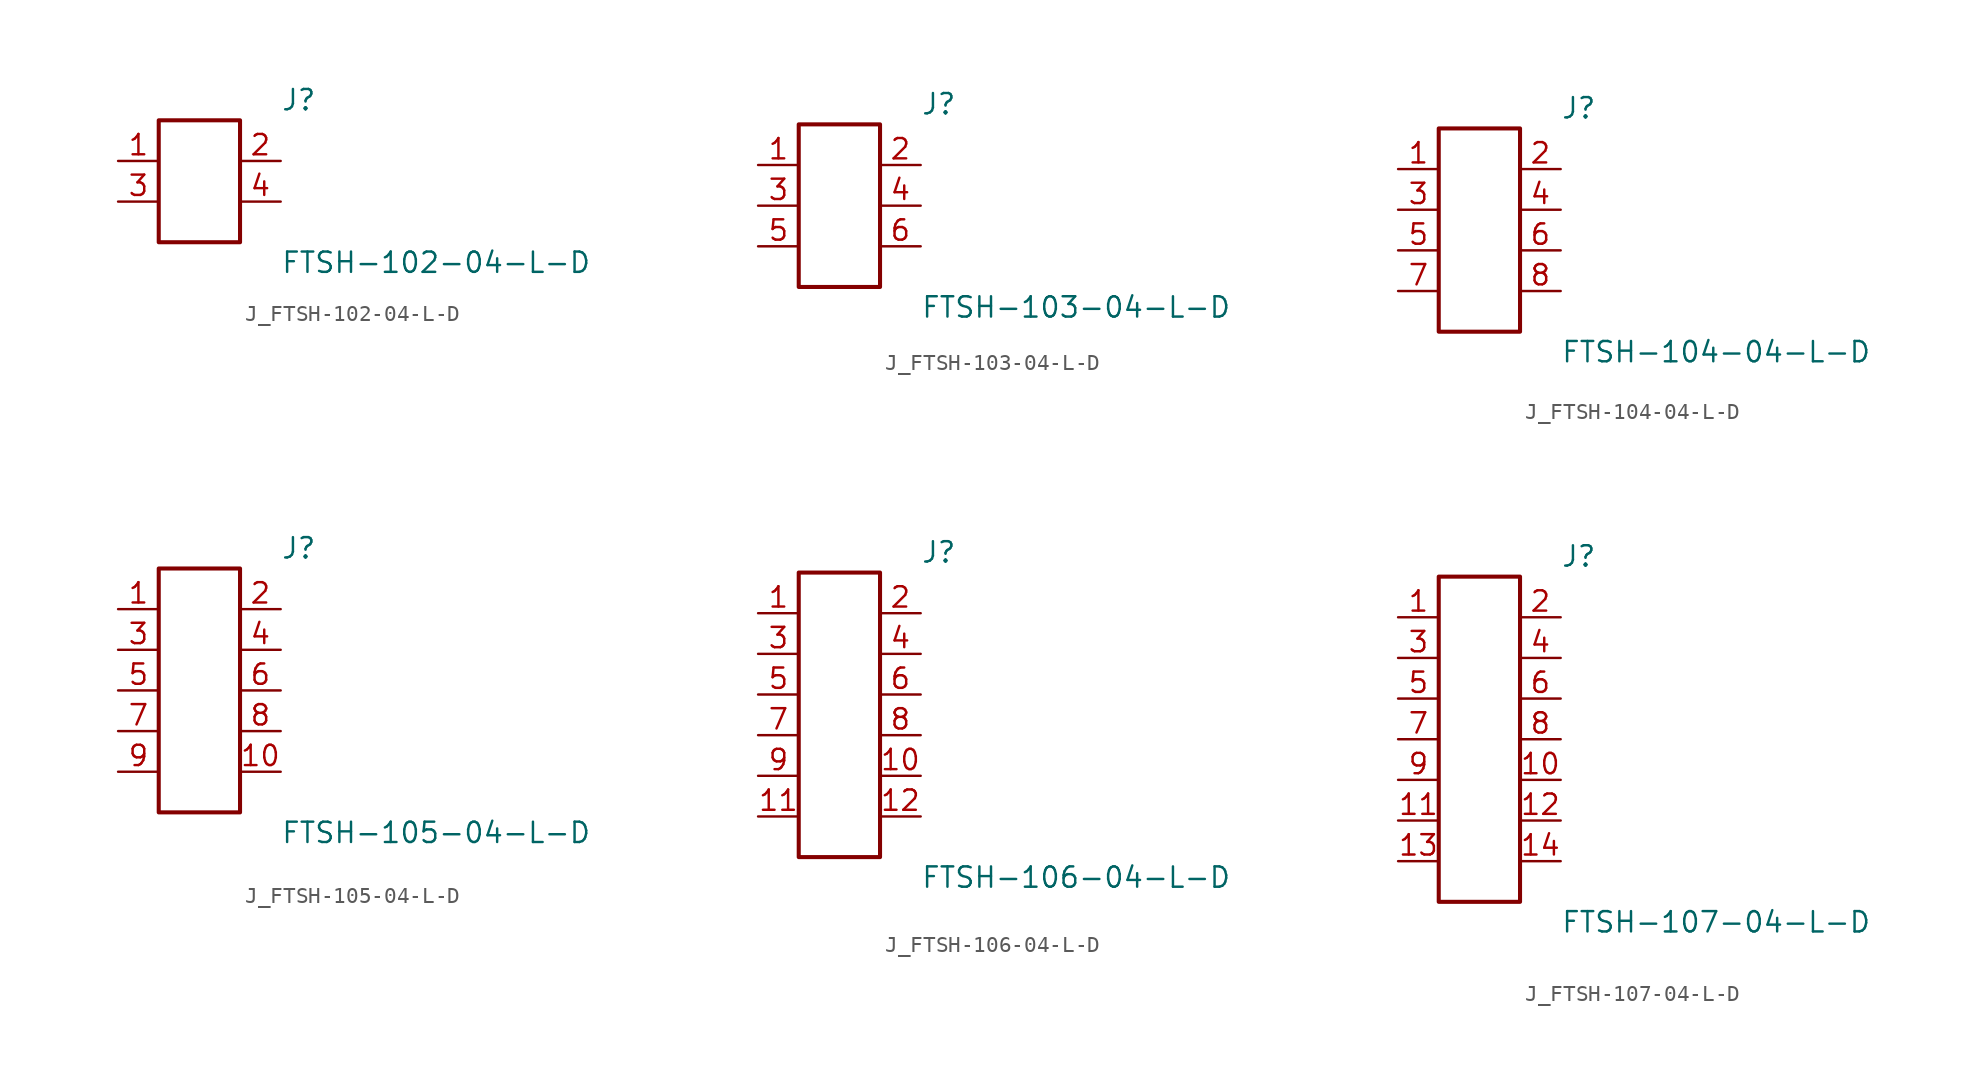
<source format=kicad_sym>
(kicad_symbol_lib
  (version 20231120)
  (generator kicad_symbol_editor)
  (generator_version 8.0)
  (symbol "J_FTSH-102-04-L-D"
    (pin_names
      (offset 0.254))
    (property "Reference" "J"
      (at 5.08 5.08 0)
      (effects (font (size 1.27 1.27)) (justify left)))
    (property "Value" "FTSH-102-04-L-D"
      (at 5.08 -5.08 0)
      (effects (font (size 1.27 1.27)) (justify left)))
    (symbol "J_FTSH-102-04-L-D_0_0"
      (pin passive line (at -5.08 1.27 0) (length 2.54) (name "" (effects (font (size 1.27 1.27)))) (number "1" (effects (font (size 1.27 1.27)))))
      (pin passive line (at 5.08 1.27 180) (length 2.54) (name "" (effects (font (size 1.27 1.27)))) (number "2" (effects (font (size 1.27 1.27)))))
      (pin passive line (at -5.08 -1.27 0) (length 2.54) (name "" (effects (font (size 1.27 1.27)))) (number "3" (effects (font (size 1.27 1.27)))))
      (pin passive line (at 5.08 -1.27 180) (length 2.54) (name "" (effects (font (size 1.27 1.27)))) (number "4" (effects (font (size 1.27 1.27))))))
    (symbol "J_FTSH-102-04-L-D_1_0"
      (rectangle (start -2.54 3.81) (end 2.54 -3.81) (stroke (width 0.254) (type solid)) (fill (type none)))))
  (symbol "J_FTSH-103-04-L-D"
    (pin_names
      (offset 0.254))
    (property "Reference" "J"
      (at 5.08 6.35 0)
      (effects (font (size 1.27 1.27)) (justify left)))
    (property "Value" "FTSH-103-04-L-D"
      (at 5.08 -6.35 0)
      (effects (font (size 1.27 1.27)) (justify left)))
    (symbol "J_FTSH-103-04-L-D_0_0"
      (pin passive line (at -5.08 2.54 0) (length 2.54) (name "" (effects (font (size 1.27 1.27)))) (number "1" (effects (font (size 1.27 1.27)))))
      (pin passive line (at 5.08 2.54 180) (length 2.54) (name "" (effects (font (size 1.27 1.27)))) (number "2" (effects (font (size 1.27 1.27)))))
      (pin passive line (at -5.08 0.0 0) (length 2.54) (name "" (effects (font (size 1.27 1.27)))) (number "3" (effects (font (size 1.27 1.27)))))
      (pin passive line (at 5.08 0.0 180) (length 2.54) (name "" (effects (font (size 1.27 1.27)))) (number "4" (effects (font (size 1.27 1.27)))))
      (pin passive line (at -5.08 -2.54 0) (length 2.54) (name "" (effects (font (size 1.27 1.27)))) (number "5" (effects (font (size 1.27 1.27)))))
      (pin passive line (at 5.08 -2.54 180) (length 2.54) (name "" (effects (font (size 1.27 1.27)))) (number "6" (effects (font (size 1.27 1.27))))))
    (symbol "J_FTSH-103-04-L-D_1_0"
      (rectangle (start -2.54 5.08) (end 2.54 -5.08) (stroke (width 0.254) (type solid)) (fill (type none)))))
  (symbol "J_FTSH-104-04-L-D"
    (pin_names
      (offset 0.254))
    (property "Reference" "J"
      (at 5.08 7.62 0)
      (effects (font (size 1.27 1.27)) (justify left)))
    (property "Value" "FTSH-104-04-L-D"
      (at 5.08 -7.62 0)
      (effects (font (size 1.27 1.27)) (justify left)))
    (symbol "J_FTSH-104-04-L-D_0_0"
      (pin passive line (at -5.08 3.81 0) (length 2.54) (name "" (effects (font (size 1.27 1.27)))) (number "1" (effects (font (size 1.27 1.27)))))
      (pin passive line (at 5.08 3.81 180) (length 2.54) (name "" (effects (font (size 1.27 1.27)))) (number "2" (effects (font (size 1.27 1.27)))))
      (pin passive line (at -5.08 1.27 0) (length 2.54) (name "" (effects (font (size 1.27 1.27)))) (number "3" (effects (font (size 1.27 1.27)))))
      (pin passive line (at 5.08 1.27 180) (length 2.54) (name "" (effects (font (size 1.27 1.27)))) (number "4" (effects (font (size 1.27 1.27)))))
      (pin passive line (at -5.08 -1.27 0) (length 2.54) (name "" (effects (font (size 1.27 1.27)))) (number "5" (effects (font (size 1.27 1.27)))))
      (pin passive line (at 5.08 -1.27 180) (length 2.54) (name "" (effects (font (size 1.27 1.27)))) (number "6" (effects (font (size 1.27 1.27)))))
      (pin passive line (at -5.08 -3.81 0) (length 2.54) (name "" (effects (font (size 1.27 1.27)))) (number "7" (effects (font (size 1.27 1.27)))))
      (pin passive line (at 5.08 -3.81 180) (length 2.54) (name "" (effects (font (size 1.27 1.27)))) (number "8" (effects (font (size 1.27 1.27))))))
    (symbol "J_FTSH-104-04-L-D_1_0"
      (rectangle (start -2.54 6.35) (end 2.54 -6.35) (stroke (width 0.254) (type solid)) (fill (type none)))))
  (symbol "J_FTSH-105-04-L-D"
    (pin_names
      (offset 0.254))
    (property "Reference" "J"
      (at 5.08 8.89 0)
      (effects (font (size 1.27 1.27)) (justify left)))
    (property "Value" "FTSH-105-04-L-D"
      (at 5.08 -8.89 0)
      (effects (font (size 1.27 1.27)) (justify left)))
    (symbol "J_FTSH-105-04-L-D_0_0"
      (pin passive line (at -5.08 5.08 0) (length 2.54) (name "" (effects (font (size 1.27 1.27)))) (number "1" (effects (font (size 1.27 1.27)))))
      (pin passive line (at 5.08 5.08 180) (length 2.54) (name "" (effects (font (size 1.27 1.27)))) (number "2" (effects (font (size 1.27 1.27)))))
      (pin passive line (at -5.08 2.54 0) (length 2.54) (name "" (effects (font (size 1.27 1.27)))) (number "3" (effects (font (size 1.27 1.27)))))
      (pin passive line (at 5.08 2.54 180) (length 2.54) (name "" (effects (font (size 1.27 1.27)))) (number "4" (effects (font (size 1.27 1.27)))))
      (pin passive line (at -5.08 0.0 0) (length 2.54) (name "" (effects (font (size 1.27 1.27)))) (number "5" (effects (font (size 1.27 1.27)))))
      (pin passive line (at 5.08 0.0 180) (length 2.54) (name "" (effects (font (size 1.27 1.27)))) (number "6" (effects (font (size 1.27 1.27)))))
      (pin passive line (at -5.08 -2.54 0) (length 2.54) (name "" (effects (font (size 1.27 1.27)))) (number "7" (effects (font (size 1.27 1.27)))))
      (pin passive line (at 5.08 -2.54 180) (length 2.54) (name "" (effects (font (size 1.27 1.27)))) (number "8" (effects (font (size 1.27 1.27)))))
      (pin passive line (at -5.08 -5.08 0) (length 2.54) (name "" (effects (font (size 1.27 1.27)))) (number "9" (effects (font (size 1.27 1.27)))))
      (pin passive line (at 5.08 -5.08 180) (length 2.54) (name "" (effects (font (size 1.27 1.27)))) (number "10" (effects (font (size 1.27 1.27))))))
    (symbol "J_FTSH-105-04-L-D_1_0"
      (rectangle (start -2.54 7.62) (end 2.54 -7.62) (stroke (width 0.254) (type solid)) (fill (type none)))))
  (symbol "J_FTSH-106-04-L-D"
    (pin_names
      (offset 0.254))
    (property "Reference" "J"
      (at 5.08 10.16 0)
      (effects (font (size 1.27 1.27)) (justify left)))
    (property "Value" "FTSH-106-04-L-D"
      (at 5.08 -10.16 0)
      (effects (font (size 1.27 1.27)) (justify left)))
    (symbol "J_FTSH-106-04-L-D_0_0"
      (pin passive line (at -5.08 6.35 0) (length 2.54) (name "" (effects (font (size 1.27 1.27)))) (number "1" (effects (font (size 1.27 1.27)))))
      (pin passive line (at 5.08 6.35 180) (length 2.54) (name "" (effects (font (size 1.27 1.27)))) (number "2" (effects (font (size 1.27 1.27)))))
      (pin passive line (at -5.08 3.81 0) (length 2.54) (name "" (effects (font (size 1.27 1.27)))) (number "3" (effects (font (size 1.27 1.27)))))
      (pin passive line (at 5.08 3.81 180) (length 2.54) (name "" (effects (font (size 1.27 1.27)))) (number "4" (effects (font (size 1.27 1.27)))))
      (pin passive line (at -5.08 1.27 0) (length 2.54) (name "" (effects (font (size 1.27 1.27)))) (number "5" (effects (font (size 1.27 1.27)))))
      (pin passive line (at 5.08 1.27 180) (length 2.54) (name "" (effects (font (size 1.27 1.27)))) (number "6" (effects (font (size 1.27 1.27)))))
      (pin passive line (at -5.08 -1.27 0) (length 2.54) (name "" (effects (font (size 1.27 1.27)))) (number "7" (effects (font (size 1.27 1.27)))))
      (pin passive line (at 5.08 -1.27 180) (length 2.54) (name "" (effects (font (size 1.27 1.27)))) (number "8" (effects (font (size 1.27 1.27)))))
      (pin passive line (at -5.08 -3.81 0) (length 2.54) (name "" (effects (font (size 1.27 1.27)))) (number "9" (effects (font (size 1.27 1.27)))))
      (pin passive line (at 5.08 -3.81 180) (length 2.54) (name "" (effects (font (size 1.27 1.27)))) (number "10" (effects (font (size 1.27 1.27)))))
      (pin passive line (at -5.08 -6.35 0) (length 2.54) (name "" (effects (font (size 1.27 1.27)))) (number "11" (effects (font (size 1.27 1.27)))))
      (pin passive line (at 5.08 -6.35 180) (length 2.54) (name "" (effects (font (size 1.27 1.27)))) (number "12" (effects (font (size 1.27 1.27))))))
    (symbol "J_FTSH-106-04-L-D_1_0"
      (rectangle (start -2.54 8.89) (end 2.54 -8.89) (stroke (width 0.254) (type solid)) (fill (type none)))))
  (symbol "J_FTSH-107-04-L-D"
    (pin_names
      (offset 0.254))
    (property "Reference" "J"
      (at 5.08 11.43 0)
      (effects (font (size 1.27 1.27)) (justify left)))
    (property "Value" "FTSH-107-04-L-D"
      (at 5.08 -11.43 0)
      (effects (font (size 1.27 1.27)) (justify left)))
    (symbol "J_FTSH-107-04-L-D_0_0"
      (pin passive line (at -5.08 7.62 0) (length 2.54) (name "" (effects (font (size 1.27 1.27)))) (number "1" (effects (font (size 1.27 1.27)))))
      (pin passive line (at 5.08 7.62 180) (length 2.54) (name "" (effects (font (size 1.27 1.27)))) (number "2" (effects (font (size 1.27 1.27)))))
      (pin passive line (at -5.08 5.08 0) (length 2.54) (name "" (effects (font (size 1.27 1.27)))) (number "3" (effects (font (size 1.27 1.27)))))
      (pin passive line (at 5.08 5.08 180) (length 2.54) (name "" (effects (font (size 1.27 1.27)))) (number "4" (effects (font (size 1.27 1.27)))))
      (pin passive line (at -5.08 2.54 0) (length 2.54) (name "" (effects (font (size 1.27 1.27)))) (number "5" (effects (font (size 1.27 1.27)))))
      (pin passive line (at 5.08 2.54 180) (length 2.54) (name "" (effects (font (size 1.27 1.27)))) (number "6" (effects (font (size 1.27 1.27)))))
      (pin passive line (at -5.08 0.0 0) (length 2.54) (name "" (effects (font (size 1.27 1.27)))) (number "7" (effects (font (size 1.27 1.27)))))
      (pin passive line (at 5.08 0.0 180) (length 2.54) (name "" (effects (font (size 1.27 1.27)))) (number "8" (effects (font (size 1.27 1.27)))))
      (pin passive line (at -5.08 -2.54 0) (length 2.54) (name "" (effects (font (size 1.27 1.27)))) (number "9" (effects (font (size 1.27 1.27)))))
      (pin passive line (at 5.08 -2.54 180) (length 2.54) (name "" (effects (font (size 1.27 1.27)))) (number "10" (effects (font (size 1.27 1.27)))))
      (pin passive line (at -5.08 -5.08 0) (length 2.54) (name "" (effects (font (size 1.27 1.27)))) (number "11" (effects (font (size 1.27 1.27)))))
      (pin passive line (at 5.08 -5.08 180) (length 2.54) (name "" (effects (font (size 1.27 1.27)))) (number "12" (effects (font (size 1.27 1.27)))))
      (pin passive line (at -5.08 -7.62 0) (length 2.54) (name "" (effects (font (size 1.27 1.27)))) (number "13" (effects (font (size 1.27 1.27)))))
      (pin passive line (at 5.08 -7.62 180) (length 2.54) (name "" (effects (font (size 1.27 1.27)))) (number "14" (effects (font (size 1.27 1.27))))))
    (symbol "J_FTSH-107-04-L-D_1_0"
      (rectangle (start -2.54 10.16) (end 2.54 -10.16) (stroke (width 0.254) (type solid)) (fill (type none))))))
</source>
